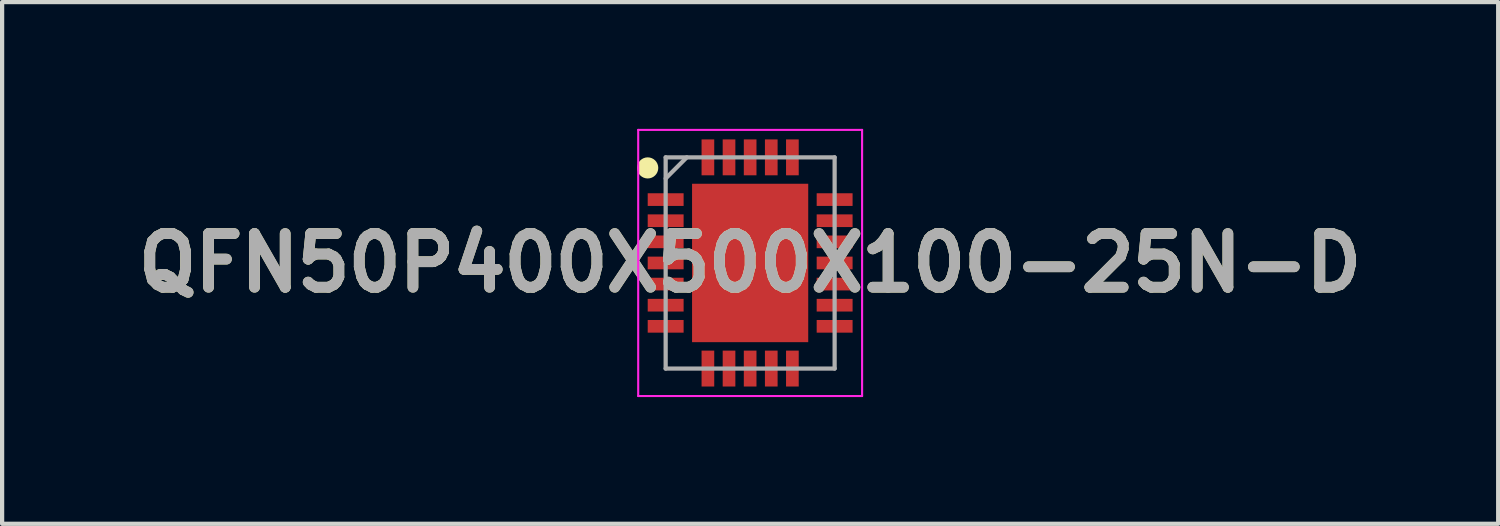
<source format=kicad_pcb>
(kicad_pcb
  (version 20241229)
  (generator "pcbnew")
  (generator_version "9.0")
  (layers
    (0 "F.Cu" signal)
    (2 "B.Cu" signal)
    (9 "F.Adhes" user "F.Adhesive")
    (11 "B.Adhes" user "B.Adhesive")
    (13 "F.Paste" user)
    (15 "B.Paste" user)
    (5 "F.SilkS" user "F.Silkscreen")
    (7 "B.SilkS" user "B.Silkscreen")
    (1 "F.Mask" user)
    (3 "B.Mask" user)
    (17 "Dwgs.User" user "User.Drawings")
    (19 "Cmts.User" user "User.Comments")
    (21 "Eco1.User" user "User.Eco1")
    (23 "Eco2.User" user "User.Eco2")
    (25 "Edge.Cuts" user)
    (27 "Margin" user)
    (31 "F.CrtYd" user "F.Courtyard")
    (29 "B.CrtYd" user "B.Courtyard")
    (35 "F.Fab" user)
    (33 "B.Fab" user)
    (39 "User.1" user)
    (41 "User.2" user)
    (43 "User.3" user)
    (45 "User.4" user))
  (footprint "QFN50P400X500X100-25N-D"
    (layer "F.Cu")
    (at 14.708 3.175)
    (property "Reference" "QFN50P400X500X100-25N-D" (at 0 0 0) (layer "F.SilkS") (effects (font (size 1.27 1.27) (thickness 0.254))))
    (attr smd)
    (fp_circle (center -2.425 -2.25) (end -2.425 -2.125) (stroke (width 0.25) (type solid)) (fill no) (layer "F.SilkS"))
    (fp_rect (start -1.2 -1.7) (end -0.2 -0.2) (stroke (width 0.1) (type solid)) (fill yes) (layer "F.Paste"))
    (fp_rect (start -1.2 0.2) (end -0.2 1.7) (stroke (width 0.1) (type solid)) (fill yes) (layer "F.Paste"))
    (fp_rect (start 0.2 -1.7) (end 1.2 -0.2) (stroke (width 0.1) (type solid)) (fill yes) (layer "F.Paste"))
    (fp_rect (start 0.2 0.2) (end 1.2 1.7) (stroke (width 0.1) (type solid)) (fill yes) (layer "F.Paste"))
    (fp_line (start -2.65 -3.15) (end 2.65 -3.15) (stroke (width 0.05) (type solid)) (layer "F.CrtYd"))
    (fp_line (start -2.65 3.15) (end -2.65 -3.15) (stroke (width 0.05) (type solid)) (layer "F.CrtYd"))
    (fp_line (start 2.65 -3.15) (end 2.65 3.15) (stroke (width 0.05) (type solid)) (layer "F.CrtYd"))
    (fp_line (start 2.65 3.15) (end -2.65 3.15) (stroke (width 0.05) (type solid)) (layer "F.CrtYd"))
    (fp_line (start -2 -2.5) (end 2 -2.5) (stroke (width 0.1) (type solid)) (layer "F.Fab"))
    (fp_line (start -2 -2) (end -1.5 -2.5) (stroke (width 0.1) (type solid)) (layer "F.Fab"))
    (fp_line (start -2 2.5) (end -2 -2.5) (stroke (width 0.1) (type solid)) (layer "F.Fab"))
    (fp_line (start 2 -2.5) (end 2 2.5) (stroke (width 0.1) (type solid)) (layer "F.Fab"))
    (fp_line (start 2 2.5) (end -2 2.5) (stroke (width 0.1) (type solid)) (layer "F.Fab"))
    (fp_text user "${REFERENCE}" (at 0 0 0) (layer "F.Fab") (effects (font (size 1.27 1.27) (thickness 0.254))))
    (pad "1" smd rect (at -2 -1.5 90) (size 0.3 0.85) (layers "F.Cu" "F.Mask" "F.Paste"))
    (pad "2" smd rect (at -2 -1 90) (size 0.3 0.85) (layers "F.Cu" "F.Mask" "F.Paste"))
    (pad "3" smd rect (at -2 -0.5 90) (size 0.3 0.85) (layers "F.Cu" "F.Mask" "F.Paste"))
    (pad "4" smd rect (at -2 0 90) (size 0.3 0.85) (layers "F.Cu" "F.Mask" "F.Paste"))
    (pad "5" smd rect (at -2 0.5 90) (size 0.3 0.85) (layers "F.Cu" "F.Mask" "F.Paste"))
    (pad "6" smd rect (at -2 1 90) (size 0.3 0.85) (layers "F.Cu" "F.Mask" "F.Paste"))
    (pad "7" smd rect (at -2 1.5 90) (size 0.3 0.85) (layers "F.Cu" "F.Mask" "F.Paste"))
    (pad "8" smd rect (at -1 2.5) (size 0.3 0.85) (layers "F.Cu" "F.Mask" "F.Paste"))
    (pad "8" smd rect (at -0.5 2.5) (size 0.3 0.85) (layers "F.Cu" "F.Mask" "F.Paste"))
    (pad "10" smd rect (at 0 2.5) (size 0.3 0.85) (layers "F.Cu" "F.Mask" "F.Paste"))
    (pad "11" smd rect (at 0.5 2.5) (size 0.3 0.85) (layers "F.Cu" "F.Mask" "F.Paste"))
    (pad "12" smd rect (at 1 2.5) (size 0.3 0.85) (layers "F.Cu" "F.Mask" "F.Paste"))
    (pad "13" smd rect (at 2 1.5 90) (size 0.3 0.85) (layers "F.Cu" "F.Mask" "F.Paste"))
    (pad "14" smd rect (at 2 1 90) (size 0.3 0.85) (layers "F.Cu" "F.Mask" "F.Paste"))
    (pad "15" smd rect (at 2 0.5 90) (size 0.3 0.85) (layers "F.Cu" "F.Mask" "F.Paste"))
    (pad "16" smd rect (at 2 0 90) (size 0.3 0.85) (layers "F.Cu" "F.Mask" "F.Paste"))
    (pad "17" smd rect (at 2 -0.5 90) (size 0.3 0.85) (layers "F.Cu" "F.Mask" "F.Paste"))
    (pad "18" smd rect (at 2 -1 90) (size 0.3 0.85) (layers "F.Cu" "F.Mask" "F.Paste"))
    (pad "19" smd rect (at 2 -1.5 90) (size 0.3 0.85) (layers "F.Cu" "F.Mask" "F.Paste"))
    (pad "20" smd rect (at 1 -2.5) (size 0.3 0.85) (layers "F.Cu" "F.Mask" "F.Paste"))
    (pad "21" smd rect (at 0.5 -2.5) (size 0.3 0.85) (layers "F.Cu" "F.Mask" "F.Paste"))
    (pad "22" smd rect (at 0 -2.5) (size 0.3 0.85) (layers "F.Cu" "F.Mask" "F.Paste"))
    (pad "23" smd rect (at -1 -2.5) (size 0.3 0.85) (layers "F.Cu" "F.Mask" "F.Paste"))
    (pad "23" smd rect (at -0.5 -2.5) (size 0.3 0.85) (layers "F.Cu" "F.Mask" "F.Paste"))
    (pad "25" smd rect (at 0 0) (size 2.75 3.75) (layers "F.Cu" "F.Mask")))
  (gr_rect
    (start -3 -3)
    (end 32.416 9.35)
    (stroke (width 0.1) (type default))
    (fill no)
    (layer "Edge.Cuts")))
</source>
